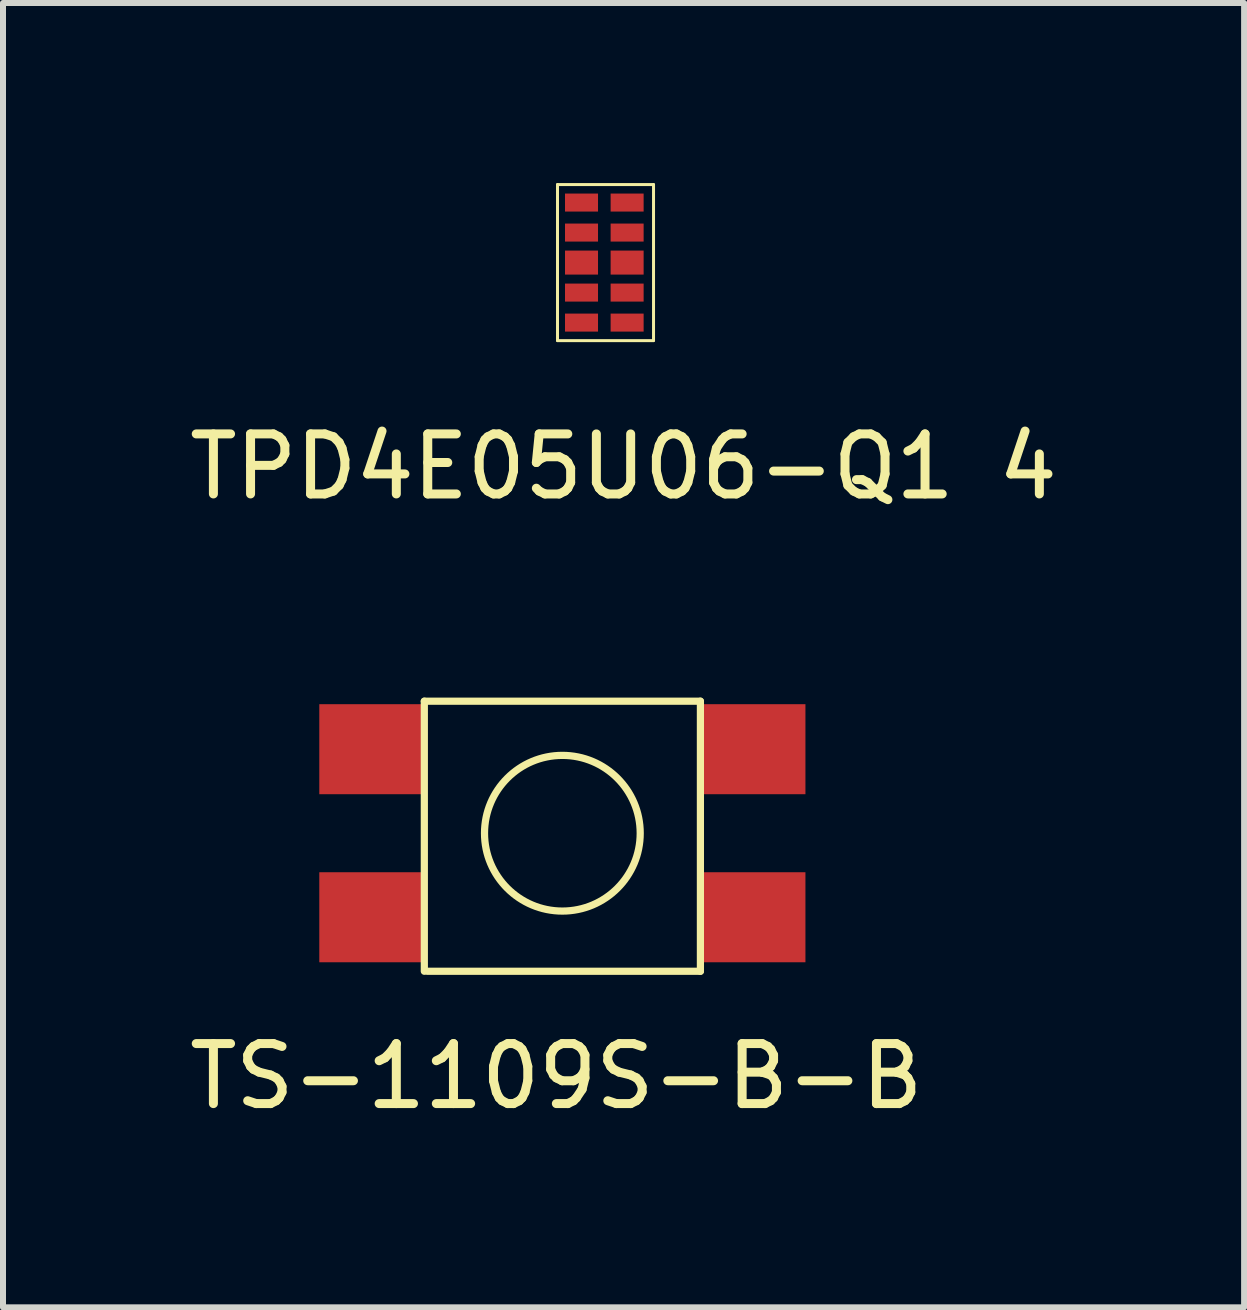
<source format=kicad_pcb>
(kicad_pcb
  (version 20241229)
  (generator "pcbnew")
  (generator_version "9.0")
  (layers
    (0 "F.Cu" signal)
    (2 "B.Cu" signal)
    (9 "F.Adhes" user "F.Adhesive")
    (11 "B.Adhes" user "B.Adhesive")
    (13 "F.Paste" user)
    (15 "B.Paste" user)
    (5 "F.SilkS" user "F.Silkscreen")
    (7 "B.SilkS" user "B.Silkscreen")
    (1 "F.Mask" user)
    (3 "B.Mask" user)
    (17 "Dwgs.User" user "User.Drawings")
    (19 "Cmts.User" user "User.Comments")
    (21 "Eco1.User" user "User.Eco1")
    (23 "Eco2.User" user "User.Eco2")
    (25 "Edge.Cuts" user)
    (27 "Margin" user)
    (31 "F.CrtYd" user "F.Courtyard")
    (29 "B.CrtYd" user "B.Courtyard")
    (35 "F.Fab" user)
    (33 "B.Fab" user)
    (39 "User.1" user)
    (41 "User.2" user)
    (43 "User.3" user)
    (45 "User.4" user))
  (footprint "TPD4E05U06-Q1 4"
    (layer "F.Cu")
    (at 6.039 1.425)
    (property "Reference" "TPD4E05U06-Q1 4" (at 1.3 3.3 0) (layer "F.SilkS") (effects (font (size 1 1) (thickness 0.15))))
    (attr through_hole)
    (fp_line (start 0.2 -1.4) (end 1.8 -1.4) (stroke (width 0.05) (type solid)) (layer "F.SilkS"))
    (fp_line (start 0.2 1.2) (end 0.2 -1.4) (stroke (width 0.05) (type solid)) (layer "F.SilkS"))
    (fp_line (start 0.2 1.2) (end 1.8 1.2) (stroke (width 0.05) (type solid)) (layer "F.SilkS"))
    (fp_line (start 1.8 -1.4) (end 1.8 1.2) (stroke (width 0.05) (type solid)) (layer "F.SilkS"))
    (pad "1" smd rect (at 0.6 -1.1 90) (size 0.3 0.55) (layers "F.Cu" "F.Mask" "F.Paste"))
    (pad "2" smd rect (at 0.6 -0.6 90) (size 0.3 0.55) (layers "F.Cu" "F.Mask" "F.Paste"))
    (pad "3" smd rect (at 0.6 -0.1 90) (size 0.4 0.55) (layers "F.Cu" "F.Mask" "F.Paste"))
    (pad "4" smd rect (at 0.6 0.4 90) (size 0.3 0.55) (layers "F.Cu" "F.Mask" "F.Paste"))
    (pad "5" smd rect (at 0.6 0.9 90) (size 0.3 0.55) (layers "F.Cu" "F.Mask" "F.Paste"))
    (pad "6" smd rect (at 1.36 0.9 90) (size 0.3 0.55) (layers "F.Cu" "F.Mask" "F.Paste"))
    (pad "7" smd rect (at 1.36 0.4 90) (size 0.3 0.55) (layers "F.Cu" "F.Mask" "F.Paste"))
    (pad "8" smd rect (at 1.36 -0.1 90) (size 0.4 0.55) (layers "F.Cu" "F.Mask" "F.Paste"))
    (pad "9" smd rect (at 1.36 -0.6 90) (size 0.3 0.55) (layers "F.Cu" "F.Mask" "F.Paste"))
    (pad "10" smd rect (at 1.36 -1.1 90) (size 0.3 0.55) (layers "F.Cu" "F.Mask" "F.Paste")))
  (footprint "TS-1109S-B-B"
    (layer "F.Cu")
    (at 6.32 10.783)
    (property "Reference" "TS-1109S-B-B" (at -0.1 4.1 0) (layer "F.SilkS") (effects (font (size 1 1) (thickness 0.15))))
    (attr through_hole)
    (fp_line (start -2.3 -2.15) (end -2.3 2.35) (stroke (width 0.12) (type solid)) (layer "F.SilkS"))
    (fp_line (start -2.3 -2.15) (end 2.3 -2.15) (stroke (width 0.12) (type solid)) (layer "F.SilkS"))
    (fp_line (start -2.25 2.35) (end 2.3 2.35) (stroke (width 0.12) (type solid)) (layer "F.SilkS"))
    (fp_line (start 2.3 -2.15) (end 2.3 2.35) (stroke (width 0.12) (type solid)) (layer "F.SilkS"))
    (fp_circle (center 0 0.05) (end 0.6 1.2) (stroke (width 0.12) (type solid)) (fill no) (layer "F.SilkS"))
    (pad "1" smd rect (at -3.2 -1.35) (size 1.7 1.5) (layers "F.Cu" "F.Mask" "F.Paste"))
    (pad "1" smd rect (at 3.2 -1.35) (size 1.7 1.5) (layers "F.Cu" "F.Mask" "F.Paste"))
    (pad "2" smd rect (at -3.2 1.45) (size 1.7 1.5) (layers "F.Cu" "F.Mask" "F.Paste"))
    (pad "2" smd rect (at 3.2 1.45) (size 1.7 1.5) (layers "*.Paste" "F.Cu" "F.Mask")))
  (gr_rect
    (start -3 -3)
    (end 17.679 18.732)
    (stroke (width 0.1) (type default))
    (fill no)
    (layer "Edge.Cuts")))
</source>
